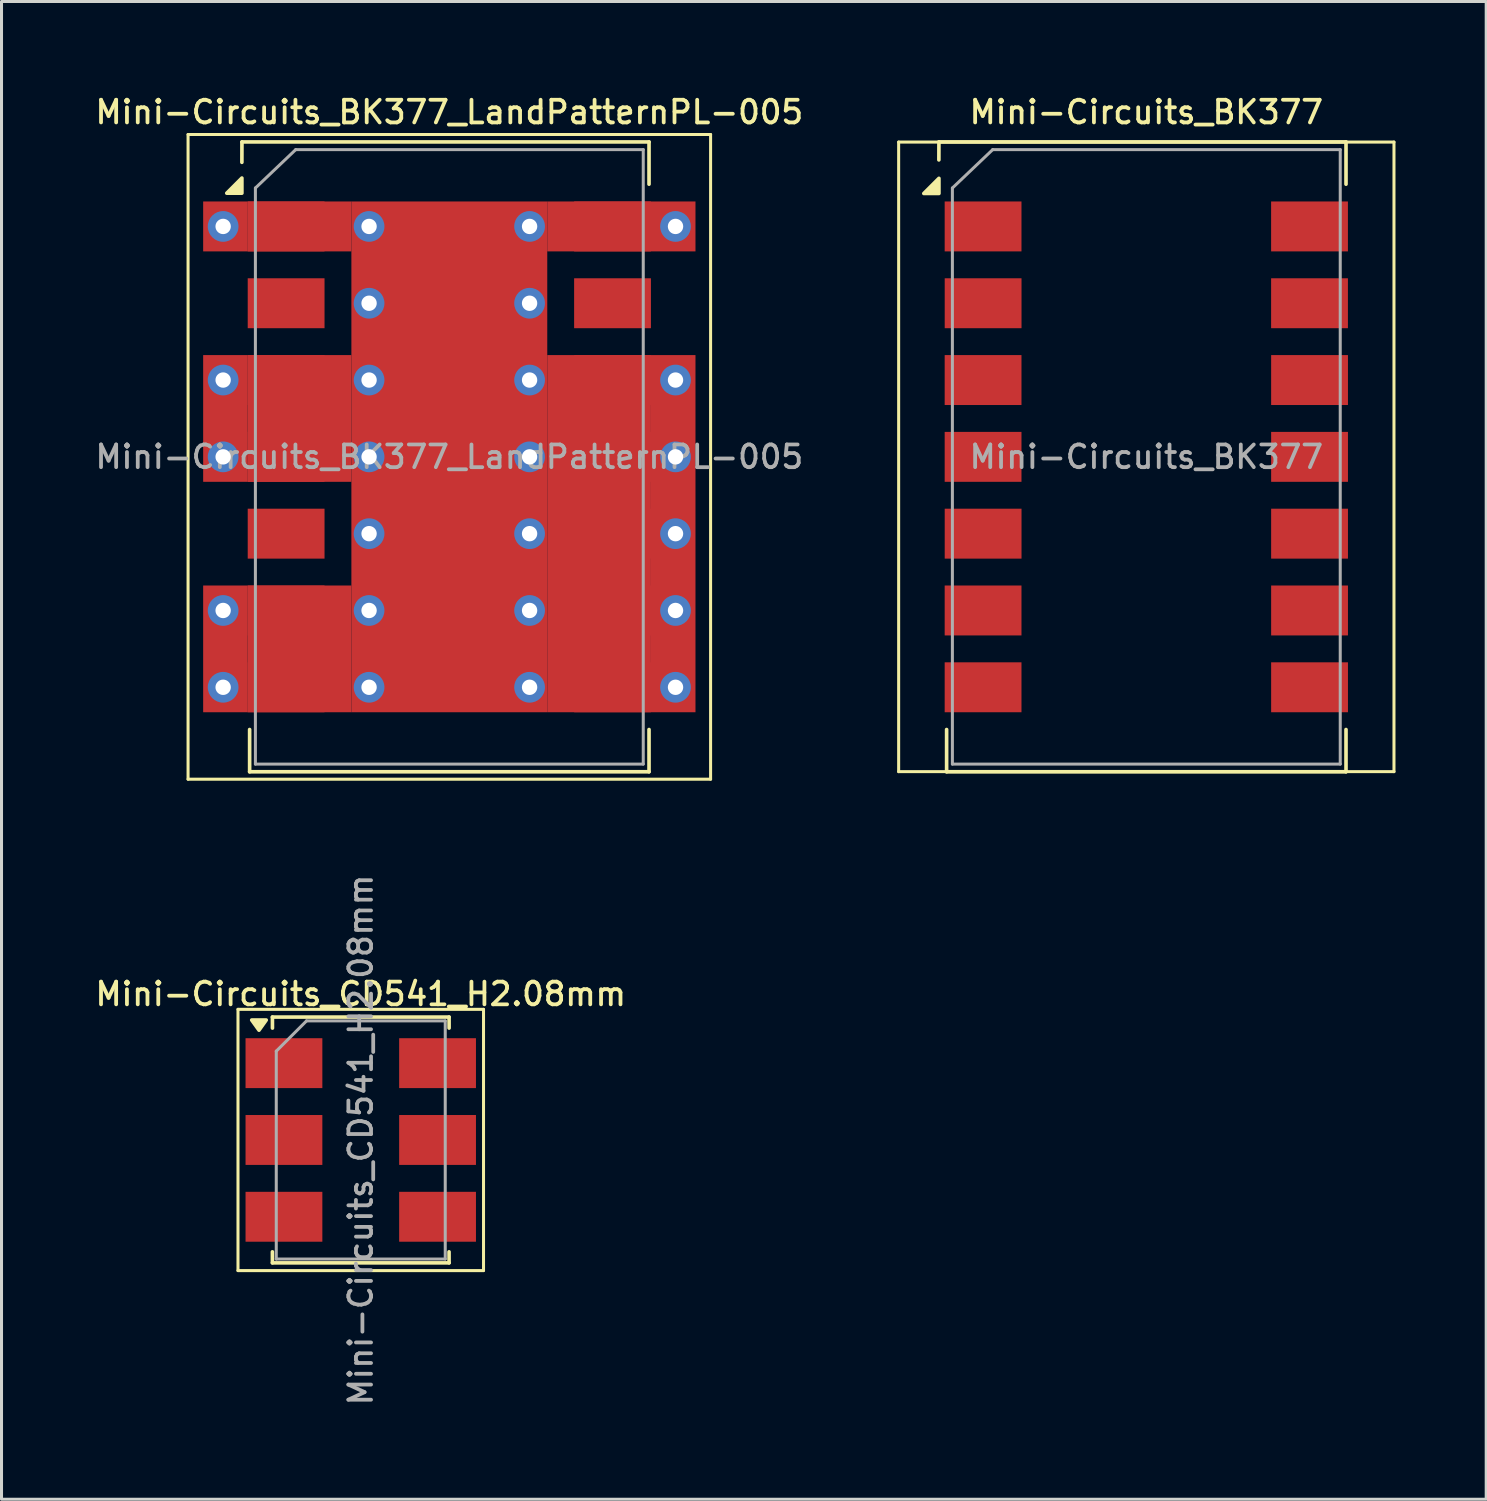
<source format=kicad_pcb>
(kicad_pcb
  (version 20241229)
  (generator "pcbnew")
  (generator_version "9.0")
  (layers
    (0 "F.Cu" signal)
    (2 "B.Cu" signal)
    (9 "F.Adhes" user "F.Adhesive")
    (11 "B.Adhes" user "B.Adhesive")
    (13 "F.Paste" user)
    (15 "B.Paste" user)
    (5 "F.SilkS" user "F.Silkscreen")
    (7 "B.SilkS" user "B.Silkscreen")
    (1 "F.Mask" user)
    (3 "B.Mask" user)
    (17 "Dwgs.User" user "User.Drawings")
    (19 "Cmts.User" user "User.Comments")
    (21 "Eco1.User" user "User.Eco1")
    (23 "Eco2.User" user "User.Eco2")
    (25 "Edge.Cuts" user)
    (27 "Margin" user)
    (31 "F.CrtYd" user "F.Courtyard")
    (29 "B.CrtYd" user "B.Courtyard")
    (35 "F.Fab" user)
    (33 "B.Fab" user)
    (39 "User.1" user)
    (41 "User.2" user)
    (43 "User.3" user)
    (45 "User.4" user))
  (footprint "Mini-Circuits_BK377_LandPatternPL-005"
    (layer "F.Cu")
    (at 11.809 12.058)
    (property "Reference" "Mini-Circuits_BK377_LandPatternPL-005" (at 0 -11.4 0) (layer "F.SilkS") (effects (font (size 0.75 0.75) (thickness 0.125))))
    (attr smd)
    (fp_line (start -8.64 -10.66) (end -8.64 10.66) (stroke (width 0.1) (type solid)) (layer "F.SilkS"))
    (fp_line (start -8.64 -10.66) (end 8.64 -10.66) (stroke (width 0.1) (type solid)) (layer "F.SilkS"))
    (fp_line (start -6.86 -9.74) (end -6.858 -10.414) (stroke (width 0.12) (type solid)) (layer "F.SilkS"))
    (fp_line (start -6.858 -10.414) (end 6.604 -10.414) (stroke (width 0.12) (type solid)) (layer "F.SilkS"))
    (fp_line (start -6.604 9.017) (end -6.604 10.414) (stroke (width 0.12) (type solid)) (layer "F.SilkS"))
    (fp_line (start -6.604 10.414) (end 6.604 10.414) (stroke (width 0.12) (type solid)) (layer "F.SilkS"))
    (fp_line (start 6.604 -10.414) (end 6.604 -9.017) (stroke (width 0.12) (type solid)) (layer "F.SilkS"))
    (fp_line (start 6.604 10.414) (end 6.604 9.017) (stroke (width 0.12) (type solid)) (layer "F.SilkS"))
    (fp_line (start 8.64 10.66) (end -8.64 10.66) (stroke (width 0.1) (type solid)) (layer "F.SilkS"))
    (fp_line (start 8.64 10.66) (end 8.64 -10.66) (stroke (width 0.1) (type solid)) (layer "F.SilkS"))
    (fp_poly (pts (xy -6.86 -8.72) (xy -7.36 -8.72) (xy -6.86 -9.22) (xy -6.86 -8.72)) (stroke (width 0.12) (type solid)) (fill yes) (layer "F.SilkS"))
    (fp_line (start -6.413 -8.89) (end -6.413 10.16) (stroke (width 0.1) (type solid)) (layer "F.Fab"))
    (fp_line (start -6.413 10.16) (end 6.413 10.16) (stroke (width 0.1) (type solid)) (layer "F.Fab"))
    (fp_line (start -5.08 -10.16) (end -6.413 -8.89) (stroke (width 0.1) (type solid)) (layer "F.Fab"))
    (fp_line (start 6.413 -10.16) (end -5.08 -10.16) (stroke (width 0.1) (type solid)) (layer "F.Fab"))
    (fp_line (start 6.413 10.16) (end 6.413 -10.16) (stroke (width 0.1) (type solid)) (layer "F.Fab"))
    (fp_text user "${REFERENCE}" (at 0 0 0) (layer "F.Fab") (effects (font (size 0.75 0.75) (thickness 0.125))))
    (pad "1" thru_hole circle (at -7.48 -7.62) (size 1.016 1.016) (drill 0.508) (layers "*.Cu"))
    (pad "1" thru_hole circle (at -7.48 -2.54) (size 1.016 1.016) (drill 0.508) (layers "*.Cu"))
    (pad "1" thru_hole circle (at -7.48 0) (size 1.016 1.016) (drill 0.508) (layers "*.Cu"))
    (pad "1" thru_hole circle (at -7.48 5.08) (size 1.016 1.016) (drill 0.508) (layers "*.Cu"))
    (pad "1" thru_hole circle (at -7.48 7.62) (size 1.016 1.016) (drill 0.508) (layers "*.Cu"))
    (pad "1" smd rect (at -7.404 -7.62) (size 1.473 1.651) (layers "F.Cu"))
    (pad "1" smd rect (at -7.404 -1.27) (size 1.473 4.191) (layers "F.Cu"))
    (pad "1" smd rect (at -7.404 6.35) (size 1.473 4.191) (layers "F.Cu"))
    (pad "1" smd rect (at -6.668 -7.62) (size 2.54 1.651) (drill (offset 1.27 0)) (layers "F.Cu" "F.Mask" "F.Paste"))
    (pad "1" smd rect (at -4.953 -7.62) (size 3.429 1.651) (layers "F.Cu"))
    (pad "1" smd rect (at -4.953 -1.27) (size 3.429 4.191) (layers "F.Cu"))
    (pad "1" smd rect (at -4.953 6.35) (size 3.429 4.191) (layers "F.Cu"))
    (pad "1" thru_hole circle (at -2.654 -7.62) (size 1.016 1.016) (drill 0.508) (layers "*.Cu"))
    (pad "1" thru_hole circle (at -2.654 -5.08) (size 1.016 1.016) (drill 0.508) (layers "*.Cu"))
    (pad "1" thru_hole circle (at -2.654 -2.54) (size 1.016 1.016) (drill 0.508) (layers "*.Cu"))
    (pad "1" thru_hole circle (at -2.654 0) (size 1.016 1.016) (drill 0.508) (layers "*.Cu"))
    (pad "1" thru_hole circle (at -2.654 2.54) (size 1.016 1.016) (drill 0.508) (layers "*.Cu"))
    (pad "1" thru_hole circle (at -2.654 5.08) (size 1.016 1.016) (drill 0.508) (layers "*.Cu"))
    (pad "1" thru_hole circle (at -2.654 7.62) (size 1.016 1.016) (drill 0.508) (layers "*.Cu"))
    (pad "1" smd rect (at 0 0) (size 6.477 16.891) (layers "F.Cu"))
    (pad "1" thru_hole circle (at 2.654 -7.62) (size 1.016 1.016) (drill 0.508) (layers "*.Cu"))
    (pad "1" thru_hole circle (at 2.654 -5.08) (size 1.016 1.016) (drill 0.508) (layers "*.Cu"))
    (pad "1" thru_hole circle (at 2.654 -2.54) (size 1.016 1.016) (drill 0.508) (layers "*.Cu"))
    (pad "1" thru_hole circle (at 2.654 0) (size 1.016 1.016) (drill 0.508) (layers "*.Cu"))
    (pad "1" thru_hole circle (at 2.654 2.54) (size 1.016 1.016) (drill 0.508) (layers "*.Cu"))
    (pad "1" thru_hole circle (at 2.654 5.08) (size 1.016 1.016) (drill 0.508) (layers "*.Cu"))
    (pad "1" thru_hole circle (at 2.654 7.62) (size 1.016 1.016) (drill 0.508) (layers "*.Cu"))
    (pad "1" smd rect (at 4.953 -7.62) (size 3.429 1.651) (layers "F.Cu"))
    (pad "1" smd rect (at 4.953 2.54) (size 3.429 11.811) (layers "F.Cu"))
    (pad "1" smd rect (at 7.404 -7.62) (size 1.473 1.651) (layers "F.Cu"))
    (pad "1" smd rect (at 7.404 2.54) (size 1.473 11.811) (layers "F.Cu"))
    (pad "1" thru_hole circle (at 7.48 -7.62) (size 1.016 1.016) (drill 0.508) (layers "*.Cu"))
    (pad "1" thru_hole circle (at 7.48 -2.54) (size 1.016 1.016) (drill 0.508) (layers "*.Cu"))
    (pad "1" thru_hole circle (at 7.48 0) (size 1.016 1.016) (drill 0.508) (layers "*.Cu"))
    (pad "1" thru_hole circle (at 7.48 2.54) (size 1.016 1.016) (drill 0.508) (layers "*.Cu"))
    (pad "1" thru_hole circle (at 7.48 5.08) (size 1.016 1.016) (drill 0.508) (layers "*.Cu"))
    (pad "1" thru_hole circle (at 7.48 7.62) (size 1.016 1.016) (drill 0.508) (layers "*.Cu"))
    (pad "2" smd rect (at -5.397 -5.08) (size 2.54 1.651) (layers "F.Cu" "F.Mask" "F.Paste"))
    (pad "3" smd rect (at -6.668 -2.54) (size 2.54 1.651) (drill (offset 1.27 0)) (layers "F.Cu" "F.Mask" "F.Paste"))
    (pad "4" smd rect (at -6.668 0) (size 2.54 1.651) (drill (offset 1.27 0)) (layers "F.Cu" "F.Mask" "F.Paste"))
    (pad "5" smd rect (at -5.397 2.54) (size 2.54 1.651) (layers "F.Cu" "F.Mask" "F.Paste"))
    (pad "6" smd rect (at -6.668 5.08) (size 2.54 1.651) (drill (offset 1.27 0)) (layers "F.Cu" "F.Mask" "F.Paste"))
    (pad "7" smd rect (at -6.668 7.62) (size 2.54 1.651) (drill (offset 1.27 0)) (layers "F.Cu" "F.Mask" "F.Paste"))
    (pad "8" smd rect (at 6.668 7.62) (size 2.54 1.651) (drill (offset -1.27 0)) (layers "F.Cu" "F.Mask" "F.Paste"))
    (pad "9" smd rect (at 6.668 5.08) (size 2.54 1.651) (drill (offset -1.27 0)) (layers "F.Cu" "F.Mask" "F.Paste"))
    (pad "10" smd rect (at 6.668 2.54) (size 2.54 1.651) (drill (offset -1.27 0)) (layers "F.Cu" "F.Mask" "F.Paste"))
    (pad "11" smd rect (at 6.668 0) (size 2.54 1.651) (drill (offset -1.27 0)) (layers "F.Cu" "F.Mask" "F.Paste"))
    (pad "12" smd rect (at 6.668 -2.54) (size 2.54 1.651) (drill (offset -1.27 0)) (layers "F.Cu" "F.Mask" "F.Paste"))
    (pad "13" smd rect (at 5.397 -5.08) (size 2.54 1.651) (layers "F.Cu" "F.Mask" "F.Paste"))
    (pad "14" smd rect (at 5.397 -7.62) (size 2.54 1.651) (layers "F.Cu" "F.Mask" "F.Paste")))
  (footprint "Mini-Circuits_BK377"
    (layer "F.Cu")
    (at 34.858 12.058)
    (property "Reference" "Mini-Circuits_BK377" (at 0 -11.4 0) (layer "F.SilkS") (effects (font (size 0.75 0.75) (thickness 0.125))))
    (attr smd)
    (fp_line (start -8.19 -10.41) (end -8.19 10.41) (stroke (width 0.1) (type solid)) (layer "F.SilkS"))
    (fp_line (start -8.19 -10.41) (end 8.19 -10.41) (stroke (width 0.1) (type solid)) (layer "F.SilkS"))
    (fp_line (start -6.86 -9.82) (end -6.858 -10.414) (stroke (width 0.12) (type solid)) (layer "F.SilkS"))
    (fp_line (start -6.858 -10.414) (end 6.604 -10.414) (stroke (width 0.12) (type solid)) (layer "F.SilkS"))
    (fp_line (start -6.604 9.017) (end -6.604 10.414) (stroke (width 0.12) (type solid)) (layer "F.SilkS"))
    (fp_line (start -6.604 10.414) (end 6.604 10.414) (stroke (width 0.12) (type solid)) (layer "F.SilkS"))
    (fp_line (start 6.604 -10.414) (end 6.604 -9.017) (stroke (width 0.12) (type solid)) (layer "F.SilkS"))
    (fp_line (start 6.604 10.414) (end 6.604 9.017) (stroke (width 0.12) (type solid)) (layer "F.SilkS"))
    (fp_line (start 8.19 10.41) (end -8.19 10.41) (stroke (width 0.1) (type solid)) (layer "F.SilkS"))
    (fp_line (start 8.19 10.41) (end 8.19 -10.41) (stroke (width 0.1) (type solid)) (layer "F.SilkS"))
    (fp_poly (pts (xy -6.858 -8.71) (xy -7.358 -8.71) (xy -6.858 -9.21) (xy -6.858 -8.71)) (stroke (width 0.12) (type solid)) (fill yes) (layer "F.SilkS"))
    (fp_line (start -6.413 -8.89) (end -6.413 10.16) (stroke (width 0.1) (type solid)) (layer "F.Fab"))
    (fp_line (start -6.413 10.16) (end 6.413 10.16) (stroke (width 0.1) (type solid)) (layer "F.Fab"))
    (fp_line (start -5.08 -10.16) (end -6.413 -8.89) (stroke (width 0.1) (type solid)) (layer "F.Fab"))
    (fp_line (start 6.413 -10.16) (end -5.08 -10.16) (stroke (width 0.1) (type solid)) (layer "F.Fab"))
    (fp_line (start 6.413 10.16) (end 6.413 -10.16) (stroke (width 0.1) (type solid)) (layer "F.Fab"))
    (fp_text user "${REFERENCE}" (at 0 0 0) (layer "F.Fab") (effects (font (size 0.75 0.75) (thickness 0.125))))
    (pad "1" smd rect (at -6.668 -7.62) (size 2.54 1.651) (drill (offset 1.27 0)) (layers "F.Cu" "F.Mask" "F.Paste"))
    (pad "2" smd rect (at -5.397 -5.08) (size 2.54 1.651) (layers "F.Cu" "F.Mask" "F.Paste"))
    (pad "3" smd rect (at -6.668 -2.54) (size 2.54 1.651) (drill (offset 1.27 0)) (layers "F.Cu" "F.Mask" "F.Paste"))
    (pad "4" smd rect (at -6.668 0) (size 2.54 1.651) (drill (offset 1.27 0)) (layers "F.Cu" "F.Mask" "F.Paste"))
    (pad "5" smd rect (at -5.397 2.54) (size 2.54 1.651) (layers "F.Cu" "F.Mask" "F.Paste"))
    (pad "6" smd rect (at -6.668 5.08) (size 2.54 1.651) (drill (offset 1.27 0)) (layers "F.Cu" "F.Mask" "F.Paste"))
    (pad "7" smd rect (at -6.668 7.62) (size 2.54 1.651) (drill (offset 1.27 0)) (layers "F.Cu" "F.Mask" "F.Paste"))
    (pad "8" smd rect (at 6.668 7.62) (size 2.54 1.651) (drill (offset -1.27 0)) (layers "F.Cu" "F.Mask" "F.Paste"))
    (pad "9" smd rect (at 6.668 5.08) (size 2.54 1.651) (drill (offset -1.27 0)) (layers "F.Cu" "F.Mask" "F.Paste"))
    (pad "10" smd rect (at 6.668 2.54) (size 2.54 1.651) (drill (offset -1.27 0)) (layers "F.Cu" "F.Mask" "F.Paste"))
    (pad "11" smd rect (at 6.668 0) (size 2.54 1.651) (drill (offset -1.27 0)) (layers "F.Cu" "F.Mask" "F.Paste"))
    (pad "12" smd rect (at 6.668 -2.54) (size 2.54 1.651) (drill (offset -1.27 0)) (layers "F.Cu" "F.Mask" "F.Paste"))
    (pad "13" smd rect (at 5.397 -5.08) (size 2.54 1.651) (layers "F.Cu" "F.Mask" "F.Paste"))
    (pad "14" smd rect (at 5.397 -7.62) (size 2.54 1.651) (layers "F.Cu" "F.Mask" "F.Paste")))
  (footprint "Mini-Circuits_CD541_H2.08mm"
    (layer "F.Cu")
    (at 8.88 34.648)
    (property "Reference" "Mini-Circuits_CD541_H2.08mm" (at 0 -4.826 0) (layer "F.SilkS") (effects (font (size 0.75 0.75) (thickness 0.125))))
    (attr smd)
    (fp_line (start -4.06 4.32) (end -4.06 -4.32) (stroke (width 0.1) (type solid)) (layer "F.SilkS"))
    (fp_line (start -2.922 3.7) (end -2.921 4.064) (stroke (width 0.12) (type solid)) (layer "F.SilkS"))
    (fp_line (start -2.921 -4.064) (end -2.92 -3.7) (stroke (width 0.12) (type solid)) (layer "F.SilkS"))
    (fp_line (start -2.921 4.064) (end 2.921 4.064) (stroke (width 0.12) (type solid)) (layer "F.SilkS"))
    (fp_line (start 2.92 3.7) (end 2.921 4.064) (stroke (width 0.12) (type solid)) (layer "F.SilkS"))
    (fp_line (start 2.921 -4.064) (end -2.921 -4.064) (stroke (width 0.12) (type solid)) (layer "F.SilkS"))
    (fp_line (start 2.921 -4.064) (end 2.922 -3.7) (stroke (width 0.12) (type solid)) (layer "F.SilkS"))
    (fp_line (start 4.06 -4.32) (end -4.06 -4.32) (stroke (width 0.1) (type solid)) (layer "F.SilkS"))
    (fp_line (start 4.06 4.32) (end -4.06 4.32) (stroke (width 0.1) (type solid)) (layer "F.SilkS"))
    (fp_line (start 4.06 4.32) (end 4.06 -4.32) (stroke (width 0.1) (type solid)) (layer "F.SilkS"))
    (fp_poly (pts (xy -3.365 -3.63) (xy -3.606 -3.966) (xy -3.126 -3.966) (xy -3.365 -3.63)) (stroke (width 0.12) (type solid)) (fill yes) (layer "F.SilkS"))
    (fp_line (start -2.794 3.937) (end -2.794 -2.937) (stroke (width 0.1) (type solid)) (layer "F.Fab"))
    (fp_line (start -1.794 -3.937) (end -2.794 -2.937) (stroke (width 0.1) (type solid)) (layer "F.Fab"))
    (fp_line (start -1.794 -3.937) (end 2.794 -3.937) (stroke (width 0.1) (type solid)) (layer "F.Fab"))
    (fp_line (start 2.794 -3.937) (end 2.794 3.937) (stroke (width 0.1) (type solid)) (layer "F.Fab"))
    (fp_line (start 2.794 3.937) (end -2.794 3.937) (stroke (width 0.1) (type solid)) (layer "F.Fab"))
    (fp_text user "${REFERENCE}" (at 0 0 90) (layer "F.Fab") (effects (font (size 0.75 0.75) (thickness 0.125))))
    (pad "1" smd rect (at -2.54 -2.54) (size 2.54 1.65) (layers "F.Cu" "F.Mask" "F.Paste"))
    (pad "2" smd rect (at -2.54 0) (size 2.54 1.65) (layers "F.Cu" "F.Mask" "F.Paste"))
    (pad "3" smd rect (at -2.54 2.54) (size 2.54 1.65) (layers "F.Cu" "F.Mask" "F.Paste"))
    (pad "4" smd rect (at 2.54 2.54) (size 2.54 1.65) (layers "F.Cu" "F.Mask" "F.Paste"))
    (pad "5" smd rect (at 2.54 0) (size 2.54 1.65) (layers "F.Cu" "F.Mask" "F.Paste"))
    (pad "6" smd rect (at 2.54 -2.54) (size 2.54 1.65) (layers "F.Cu" "F.Mask" "F.Paste")))
  (gr_rect
    (start -3 -3)
    (end 46.098 46.529)
    (stroke (width 0.1) (type default))
    (fill no)
    (layer "Edge.Cuts")))
</source>
